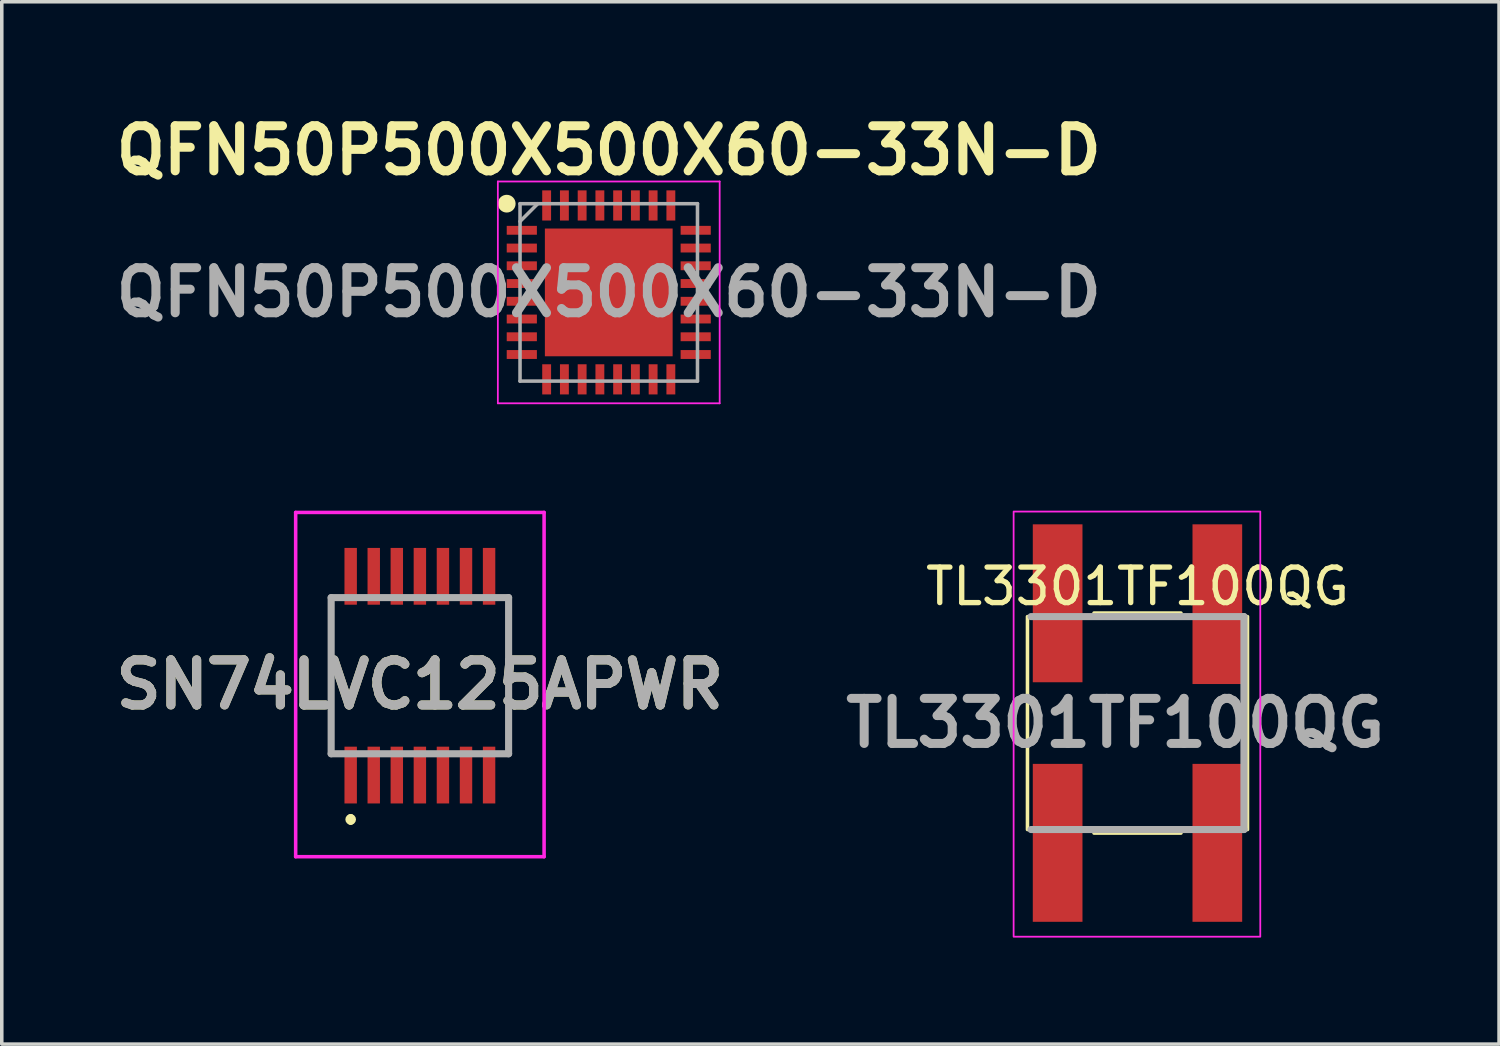
<source format=kicad_pcb>
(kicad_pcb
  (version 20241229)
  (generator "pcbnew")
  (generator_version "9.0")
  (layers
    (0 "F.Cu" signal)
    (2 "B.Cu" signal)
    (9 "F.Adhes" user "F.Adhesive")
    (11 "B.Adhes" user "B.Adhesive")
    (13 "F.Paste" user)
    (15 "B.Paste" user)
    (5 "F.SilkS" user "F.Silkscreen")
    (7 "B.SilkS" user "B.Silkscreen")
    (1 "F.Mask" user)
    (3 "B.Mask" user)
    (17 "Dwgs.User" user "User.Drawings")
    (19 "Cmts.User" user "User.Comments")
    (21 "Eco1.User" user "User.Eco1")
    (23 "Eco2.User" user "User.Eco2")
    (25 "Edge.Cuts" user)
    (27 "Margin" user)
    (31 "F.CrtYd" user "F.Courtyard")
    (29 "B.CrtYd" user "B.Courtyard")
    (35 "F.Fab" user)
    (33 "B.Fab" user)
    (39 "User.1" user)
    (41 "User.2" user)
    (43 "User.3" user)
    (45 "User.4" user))
  (footprint "QFN50P500X500X60-33N-D"
    (layer "F.Cu")
    (at 14.103 5.189)
    (property "Reference" "QFN50P500X500X60-33N-D" (at 0 -4 0) (layer "F.SilkS") (effects (font (size 1.27 1.27) (thickness 0.254))))
    (attr smd)
    (fp_circle (center -2.875 -2.5) (end -2.875 -2.375) (stroke (width 0.25) (type solid)) (fill no) (layer "F.SilkS"))
    (fp_line (start -3.125 -3.125) (end 3.125 -3.125) (stroke (width 0.05) (type solid)) (layer "F.CrtYd"))
    (fp_line (start -3.125 3.125) (end -3.125 -3.125) (stroke (width 0.05) (type solid)) (layer "F.CrtYd"))
    (fp_line (start 3.125 -3.125) (end 3.125 3.125) (stroke (width 0.05) (type solid)) (layer "F.CrtYd"))
    (fp_line (start 3.125 3.125) (end -3.125 3.125) (stroke (width 0.05) (type solid)) (layer "F.CrtYd"))
    (fp_line (start -2.5 -2.5) (end 2.5 -2.5) (stroke (width 0.1) (type solid)) (layer "F.Fab"))
    (fp_line (start -2.5 -2) (end -2 -2.5) (stroke (width 0.1) (type solid)) (layer "F.Fab"))
    (fp_line (start -2.5 2.5) (end -2.5 -2.5) (stroke (width 0.1) (type solid)) (layer "F.Fab"))
    (fp_line (start 2.5 -2.5) (end 2.5 2.5) (stroke (width 0.1) (type solid)) (layer "F.Fab"))
    (fp_line (start 2.5 2.5) (end -2.5 2.5) (stroke (width 0.1) (type solid)) (layer "F.Fab"))
    (fp_text user "${REFERENCE}" (at 0 0 0) (layer "F.Fab") (effects (font (size 1.27 1.27) (thickness 0.254))))
    (pad "1" smd rect (at -2.45 -1.75 90) (size 0.25 0.85) (layers "F.Cu" "F.Mask" "F.Paste"))
    (pad "2" smd rect (at -2.45 -1.25 90) (size 0.25 0.85) (layers "F.Cu" "F.Mask" "F.Paste"))
    (pad "3" smd rect (at -2.45 -0.75 90) (size 0.25 0.85) (layers "F.Cu" "F.Mask" "F.Paste"))
    (pad "4" smd rect (at -2.45 -0.25 90) (size 0.25 0.85) (layers "F.Cu" "F.Mask" "F.Paste"))
    (pad "5" smd rect (at -2.45 0.25 90) (size 0.25 0.85) (layers "F.Cu" "F.Mask" "F.Paste"))
    (pad "6" smd rect (at -2.45 0.75 90) (size 0.25 0.85) (layers "F.Cu" "F.Mask" "F.Paste"))
    (pad "7" smd rect (at -2.45 1.25 90) (size 0.25 0.85) (layers "F.Cu" "F.Mask" "F.Paste"))
    (pad "8" smd rect (at -2.45 1.75 90) (size 0.25 0.85) (layers "F.Cu" "F.Mask" "F.Paste"))
    (pad "9" smd rect (at -1.75 2.45) (size 0.25 0.85) (layers "F.Cu" "F.Mask" "F.Paste"))
    (pad "10" smd rect (at -1.25 2.45) (size 0.25 0.85) (layers "F.Cu" "F.Mask" "F.Paste"))
    (pad "11" smd rect (at -0.75 2.45) (size 0.25 0.85) (layers "F.Cu" "F.Mask" "F.Paste"))
    (pad "12" smd rect (at -0.25 2.45) (size 0.25 0.85) (layers "F.Cu" "F.Mask" "F.Paste"))
    (pad "13" smd rect (at 0.25 2.45) (size 0.25 0.85) (layers "F.Cu" "F.Mask" "F.Paste"))
    (pad "14" smd rect (at 0.75 2.45) (size 0.25 0.85) (layers "F.Cu" "F.Mask" "F.Paste"))
    (pad "15" smd rect (at 1.25 2.45) (size 0.25 0.85) (layers "F.Cu" "F.Mask" "F.Paste"))
    (pad "16" smd rect (at 1.75 2.45) (size 0.25 0.85) (layers "F.Cu" "F.Mask" "F.Paste"))
    (pad "17" smd rect (at 2.45 1.75 90) (size 0.25 0.85) (layers "F.Cu" "F.Mask" "F.Paste"))
    (pad "18" smd rect (at 2.45 1.25 90) (size 0.25 0.85) (layers "F.Cu" "F.Mask" "F.Paste"))
    (pad "19" smd rect (at 2.45 0.75 90) (size 0.25 0.85) (layers "F.Cu" "F.Mask" "F.Paste"))
    (pad "20" smd rect (at 2.45 0.25 90) (size 0.25 0.85) (layers "F.Cu" "F.Mask" "F.Paste"))
    (pad "21" smd rect (at 2.45 -0.25 90) (size 0.25 0.85) (layers "F.Cu" "F.Mask" "F.Paste"))
    (pad "22" smd rect (at 2.45 -0.75 90) (size 0.25 0.85) (layers "F.Cu" "F.Mask" "F.Paste"))
    (pad "23" smd rect (at 2.45 -1.25 90) (size 0.25 0.85) (layers "F.Cu" "F.Mask" "F.Paste"))
    (pad "24" smd rect (at 2.45 -1.75 90) (size 0.25 0.85) (layers "F.Cu" "F.Mask" "F.Paste"))
    (pad "25" smd rect (at 1.75 -2.45) (size 0.25 0.85) (layers "F.Cu" "F.Mask" "F.Paste"))
    (pad "26" smd rect (at 1.25 -2.45) (size 0.25 0.85) (layers "F.Cu" "F.Mask" "F.Paste"))
    (pad "27" smd rect (at 0.75 -2.45) (size 0.25 0.85) (layers "F.Cu" "F.Mask" "F.Paste"))
    (pad "28" smd rect (at 0.25 -2.45) (size 0.25 0.85) (layers "F.Cu" "F.Mask" "F.Paste"))
    (pad "29" smd rect (at -0.25 -2.45) (size 0.25 0.85) (layers "F.Cu" "F.Mask" "F.Paste"))
    (pad "30" smd rect (at -0.75 -2.45) (size 0.25 0.85) (layers "F.Cu" "F.Mask" "F.Paste"))
    (pad "31" smd rect (at -1.25 -2.45) (size 0.25 0.85) (layers "F.Cu" "F.Mask" "F.Paste"))
    (pad "32" smd rect (at -1.75 -2.45) (size 0.25 0.85) (layers "F.Cu" "F.Mask" "F.Paste"))
    (pad "33" smd rect (at 0 0) (size 3.6 3.6) (layers "F.Cu" "F.Mask" "F.Paste")))
  (footprint "SN74LVC125APWR"
    (layer "F.Cu")
    (at 8.781 15.989)
    (property "Reference" "SN74LVC125APWR" (at 0 0.25 0) (layer "F.SilkS") (effects (font (size 1.27 1.27) (thickness 0.254))))
    (attr smd)
    (fp_line (start -2.5 -2.2) (end -2.5 2.2) (stroke (width 0.1) (type solid)) (layer "F.SilkS"))
    (fp_line (start -1.95 4) (end -1.95 4) (stroke (width 0.2) (type solid)) (layer "F.SilkS"))
    (fp_line (start -1.95 4.1) (end -1.95 4.1) (stroke (width 0.2) (type solid)) (layer "F.SilkS"))
    (fp_line (start 2.5 -2.2) (end 2.5 2.2) (stroke (width 0.1) (type solid)) (layer "F.SilkS"))
    (fp_arc (start -1.95 4) (mid -1.9 4.05) (end -1.95 4.1) (stroke (width 0.2) (type solid)) (layer "F.SilkS"))
    (fp_arc (start -1.95 4.1) (mid -2 4.05) (end -1.95 4) (stroke (width 0.2) (type solid)) (layer "F.SilkS"))
    (fp_line (start -3.5 -4.6) (end 3.5 -4.6) (stroke (width 0.1) (type solid)) (layer "F.CrtYd"))
    (fp_line (start -3.5 5.1) (end -3.5 -4.6) (stroke (width 0.1) (type solid)) (layer "F.CrtYd"))
    (fp_line (start 3.5 -4.6) (end 3.5 5.1) (stroke (width 0.1) (type solid)) (layer "F.CrtYd"))
    (fp_line (start 3.5 5.1) (end -3.5 5.1) (stroke (width 0.1) (type solid)) (layer "F.CrtYd"))
    (fp_line (start -2.5 -2.2) (end 2.5 -2.2) (stroke (width 0.2) (type solid)) (layer "F.Fab"))
    (fp_line (start -2.5 2.2) (end -2.5 -2.2) (stroke (width 0.2) (type solid)) (layer "F.Fab"))
    (fp_line (start 2.5 -2.2) (end 2.5 2.2) (stroke (width 0.2) (type solid)) (layer "F.Fab"))
    (fp_line (start 2.5 2.2) (end -2.5 2.2) (stroke (width 0.2) (type solid)) (layer "F.Fab"))
    (fp_text user "${REFERENCE}" (at 0 0.25 0) (layer "F.Fab") (effects (font (size 1.27 1.27) (thickness 0.254))))
    (pad "1" smd rect (at -1.95 2.8) (size 0.35 1.6) (layers "F.Cu" "F.Mask" "F.Paste"))
    (pad "2" smd rect (at -1.3 2.8) (size 0.35 1.6) (layers "F.Cu" "F.Mask" "F.Paste"))
    (pad "3" smd rect (at -0.65 2.8) (size 0.35 1.6) (layers "F.Cu" "F.Mask" "F.Paste"))
    (pad "4" smd rect (at 0 2.8) (size 0.35 1.6) (layers "F.Cu" "F.Mask" "F.Paste"))
    (pad "5" smd rect (at 0.65 2.8) (size 0.35 1.6) (layers "F.Cu" "F.Mask" "F.Paste"))
    (pad "6" smd rect (at 1.3 2.8) (size 0.35 1.6) (layers "F.Cu" "F.Mask" "F.Paste"))
    (pad "7" smd rect (at 1.95 2.8) (size 0.35 1.6) (layers "F.Cu" "F.Mask" "F.Paste"))
    (pad "8" smd rect (at 1.95 -2.8) (size 0.35 1.6) (layers "F.Cu" "F.Mask" "F.Paste"))
    (pad "9" smd rect (at 1.3 -2.8) (size 0.35 1.6) (layers "F.Cu" "F.Mask" "F.Paste"))
    (pad "10" smd rect (at 0.65 -2.8) (size 0.35 1.6) (layers "F.Cu" "F.Mask" "F.Paste"))
    (pad "11" smd rect (at 0 -2.8) (size 0.35 1.6) (layers "F.Cu" "F.Mask" "F.Paste"))
    (pad "12" smd rect (at -0.65 -2.8) (size 0.35 1.6) (layers "F.Cu" "F.Mask" "F.Paste"))
    (pad "13" smd rect (at -1.3 -2.8) (size 0.35 1.6) (layers "F.Cu" "F.Mask" "F.Paste"))
    (pad "14" smd rect (at -1.95 -2.8) (size 0.35 1.6) (layers "F.Cu" "F.Mask" "F.Paste")))
  (footprint "TL3301TF100QG"
    (layer "F.Cu")
    (at 29.001 17.324)
    (property "Reference" "TL3301TF100QG" (at 0 -3.85 0) (layer "F.SilkS") (effects (font (size 1 1) (thickness 0.15))))
    (attr smd)
    (fp_line (start -3.1 3) (end -3.1 -3) (stroke (width 0.1) (type solid)) (layer "F.SilkS"))
    (fp_line (start -1.225 3.1) (end 1.225 3.1) (stroke (width 0.1) (type solid)) (layer "F.SilkS"))
    (fp_line (start 1.225 -3.1) (end -1.225 -3.1) (stroke (width 0.1) (type solid)) (layer "F.SilkS"))
    (fp_line (start 3.1 3) (end 3.1 -3) (stroke (width 0.1) (type solid)) (layer "F.SilkS"))
    (fp_rect (start -3.49 -5.96) (end 3.46 6.02) (stroke (width 0.05) (type solid)) (fill no) (layer "F.CrtYd"))
    (fp_line (start -3 3) (end 3 3) (stroke (width 0.2) (type solid)) (layer "F.Fab"))
    (fp_line (start 3 -3) (end -3 -3) (stroke (width 0.2) (type solid)) (layer "F.Fab"))
    (fp_line (start 3 3) (end 3 -3) (stroke (width 0.2) (type solid)) (layer "F.Fab"))
    (fp_text user "${REFERENCE}" (at -0.625 0 0) (layer "F.Fab") (effects (font (size 1.27 1.27) (thickness 0.254))))
    (pad "1" smd rect (at -2.25 -3.375) (size 1.4 4.45) (layers "F.Cu" "F.Mask" "F.Paste"))
    (pad "1" smd rect (at -2.25 3.375) (size 1.4 4.45) (layers "F.Cu" "F.Mask" "F.Paste"))
    (pad "2" smd rect (at 2.25 -3.35) (size 1.4 4.5) (layers "F.Cu" "F.Mask" "F.Paste"))
    (pad "2" smd rect (at 2.25 3.375) (size 1.4 4.45) (layers "F.Cu" "F.Mask" "F.Paste")))
  (gr_rect
    (start -3 -3)
    (end 39.189 26.369)
    (stroke (width 0.1) (type default))
    (fill no)
    (layer "Edge.Cuts")))
</source>
